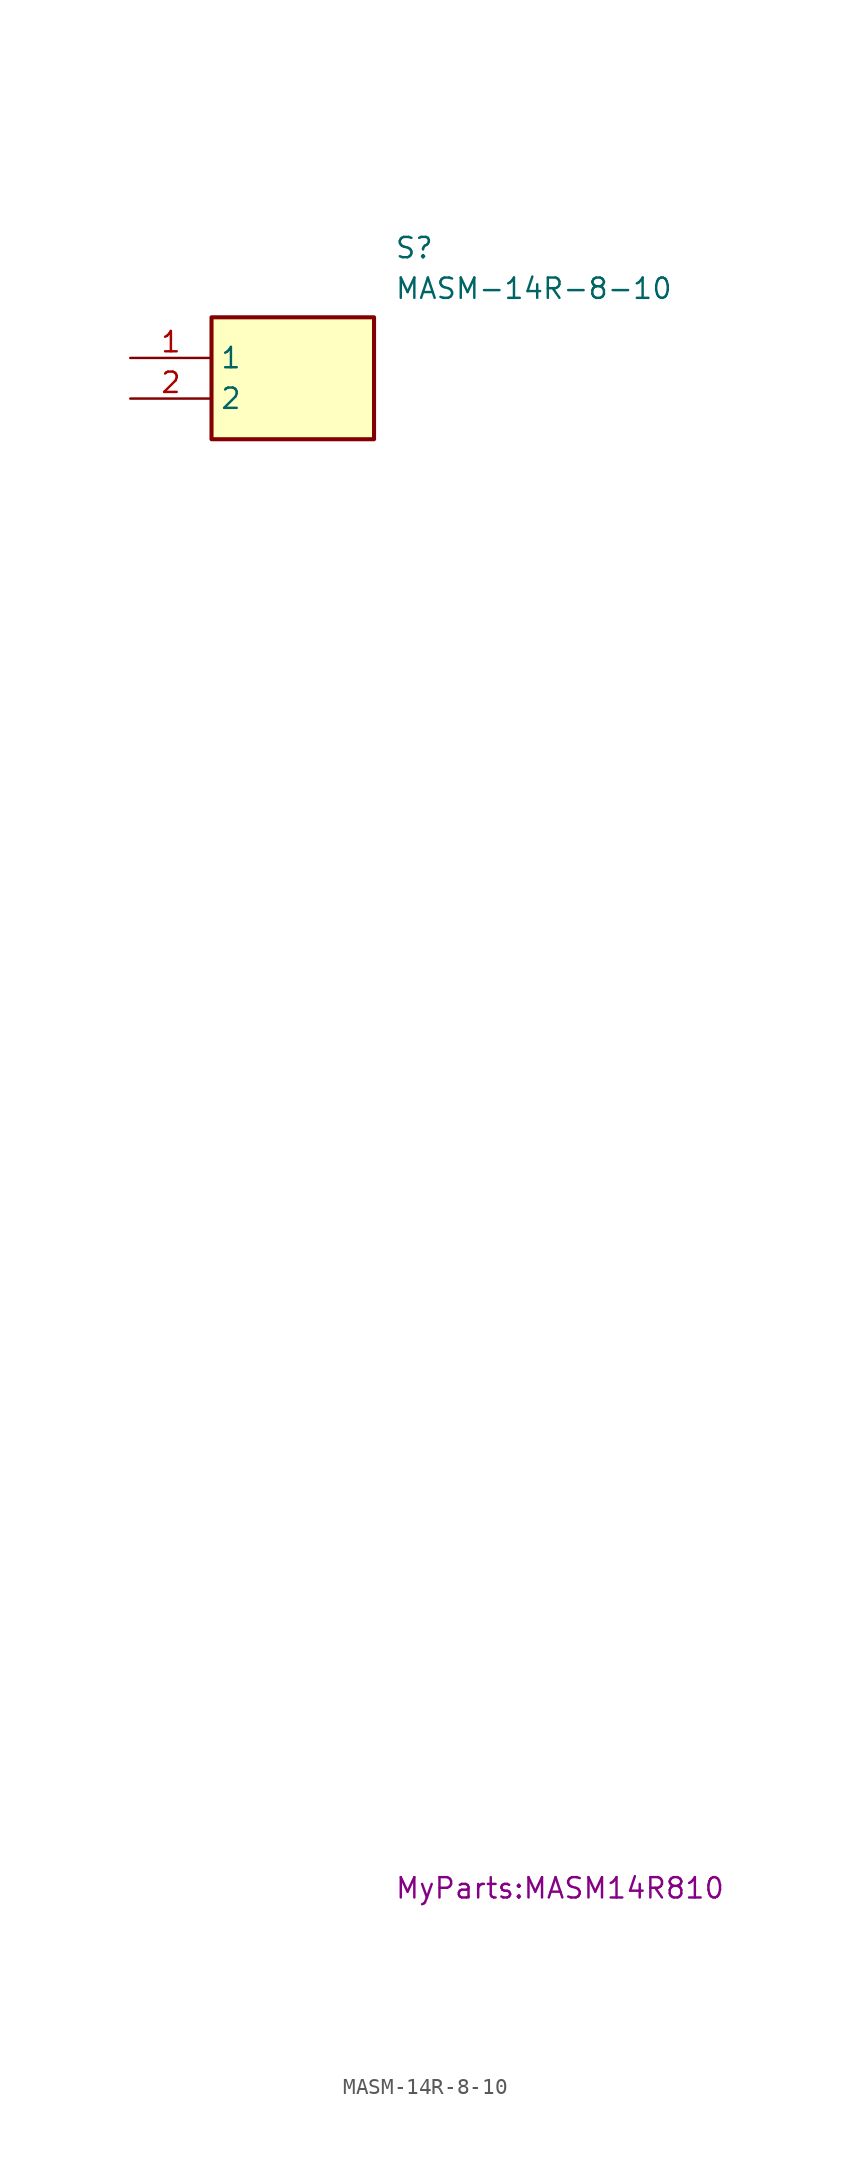
<source format=kicad_sym>
(kicad_symbol_lib
  (version 20241209)
  (generator "kicad_symbol_editor")
  (generator_version "9.0")
  (symbol "MASM-14R-8-10"
    (property "Reference" "S"
      (at 16.51 7.62 0)
      (effects (font (size 1.27 1.27)) (justify left top)))
    (property "Value" "MASM-14R-8-10"
      (at 16.51 5.08 0)
      (effects (font (size 1.27 1.27)) (justify left top)))
    (property "Footprint" "MyParts:MASM14R810"
      (at 16.51 -94.92 0)
      (effects (font (size 1.27 1.27)) (justify left top)))
    (symbol "MASM-14R-8-10_1_1"
      (rectangle (start 5.08 2.54) (end 15.24 -5.08) (stroke (width 0.254) (type default)) (fill (type background)))
      (pin passive line (at 0 0 0) (length 5.08) (name "1" (effects (font (size 1.27 1.27)))) (number "1" (effects (font (size 1.27 1.27)))))
      (pin passive line (at 0 -2.54 0) (length 5.08) (name "2" (effects (font (size 1.27 1.27)))) (number "2" (effects (font (size 1.27 1.27))))))))
</source>
